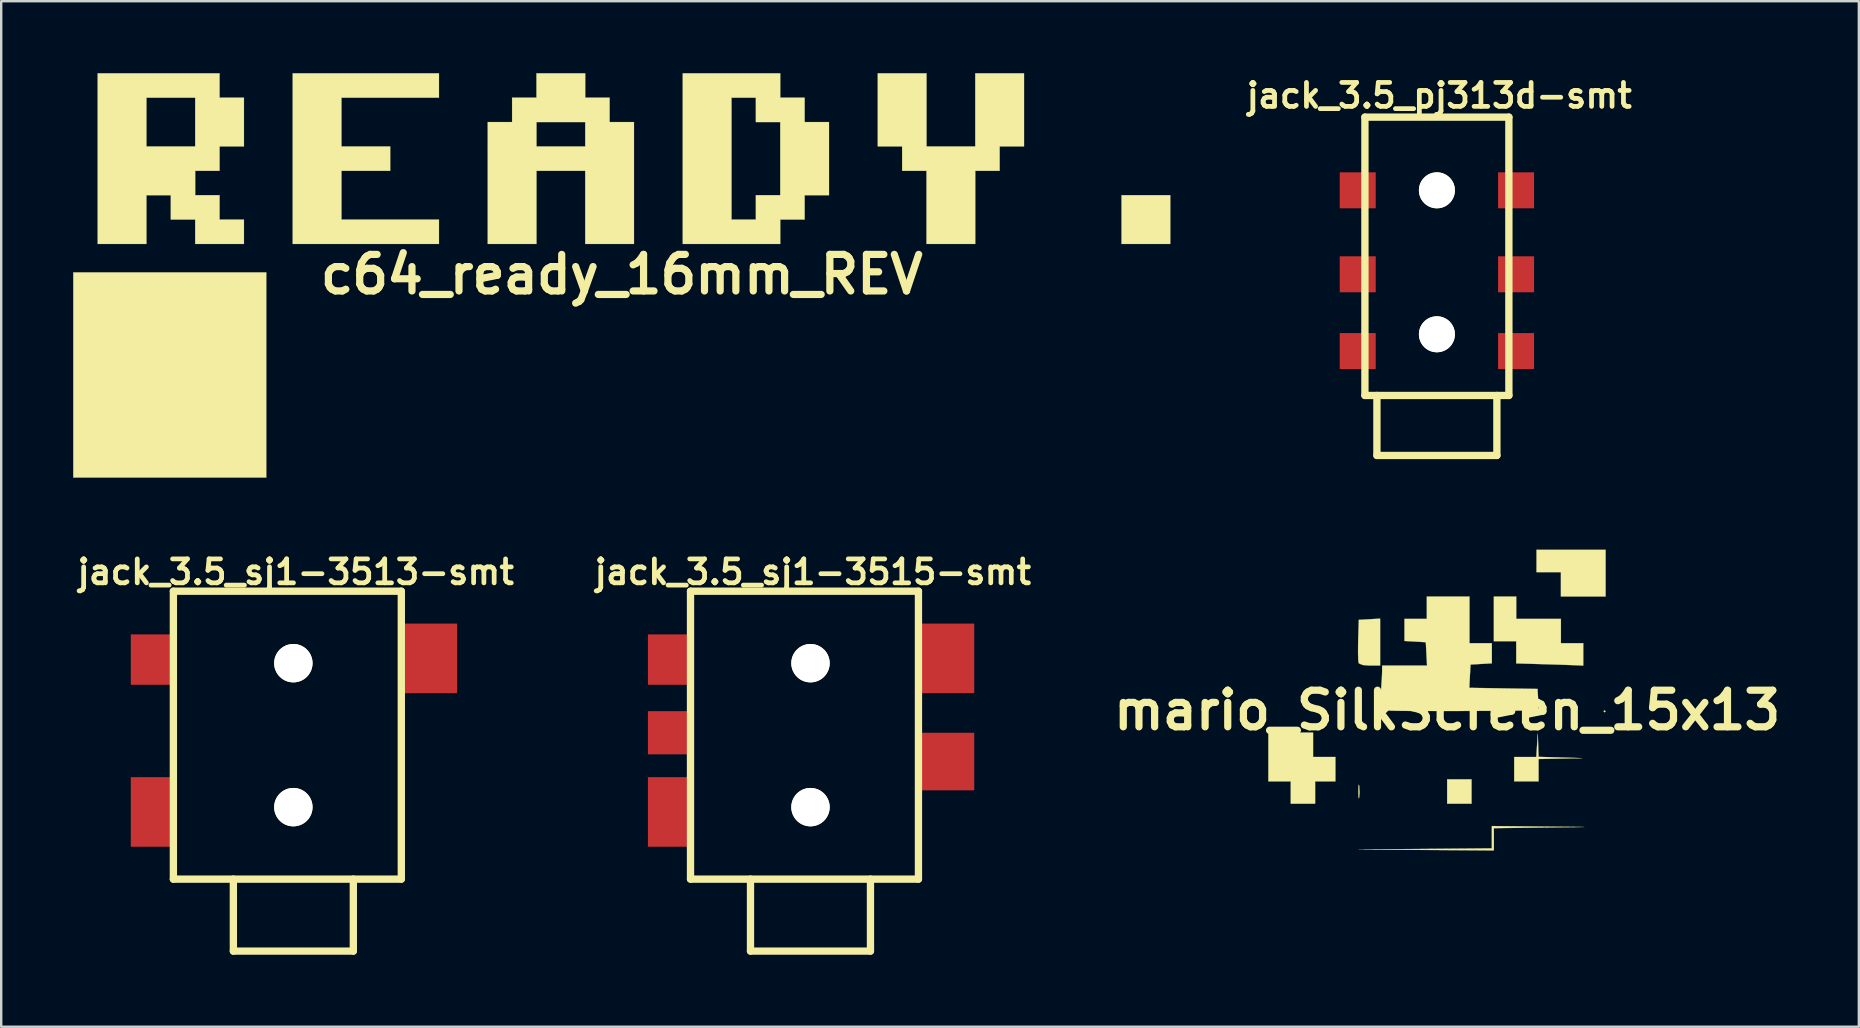
<source format=kicad_pcb>
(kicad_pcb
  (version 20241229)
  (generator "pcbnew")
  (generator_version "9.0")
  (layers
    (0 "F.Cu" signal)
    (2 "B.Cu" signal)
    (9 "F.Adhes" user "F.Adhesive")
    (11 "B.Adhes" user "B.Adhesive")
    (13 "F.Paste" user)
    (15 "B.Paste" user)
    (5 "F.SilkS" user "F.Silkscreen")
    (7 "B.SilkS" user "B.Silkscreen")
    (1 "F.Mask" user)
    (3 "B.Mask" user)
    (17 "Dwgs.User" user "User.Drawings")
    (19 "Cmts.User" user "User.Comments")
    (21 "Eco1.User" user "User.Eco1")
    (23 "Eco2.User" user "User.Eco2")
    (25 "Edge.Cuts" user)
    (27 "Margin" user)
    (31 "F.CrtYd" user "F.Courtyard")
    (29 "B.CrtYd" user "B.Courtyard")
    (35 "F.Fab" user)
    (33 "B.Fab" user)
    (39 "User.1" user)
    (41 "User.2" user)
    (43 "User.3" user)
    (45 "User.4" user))
  (footprint "c64_ready_16mm_REV"
    (layer "F.Cu")
    (at 22.865 8.387)
    (property "Reference" "c64_ready_16mm_REV" (at 0 0 0) (layer "F.SilkS") (effects (font (size 1.524 1.524) (thickness 0.3))))
    (attr through_hole)
    (fp_poly (pts (xy -14.817 8.467) (xy -22.86 8.467) (xy -22.86 -0.085) (xy -14.817 -0.085) (xy -14.817 8.467)) (stroke (width 0.01) (type solid)) (fill yes) (layer "F.SilkS"))
    (fp_poly (pts (xy 22.86 -1.27) (xy 20.828 -1.27) (xy 20.828 -3.302) (xy 22.86 -3.302) (xy 22.86 -1.27)) (stroke (width 0.01) (type solid)) (fill yes) (layer "F.SilkS"))
    (fp_poly (pts (xy -7.62 -7.366) (xy -11.684 -7.366) (xy -11.684 -5.334) (xy -9.652 -5.334) (xy -9.652 -4.318) (xy -11.684 -4.318) (xy -11.684 -2.286) (xy -7.62 -2.286) (xy -7.62 -1.27) (xy -13.716 -1.27) (xy -13.716 -8.382) (xy -7.62 -8.382) (xy -7.62 -7.366)) (stroke (width 0.01) (type solid)) (fill yes) (layer "F.SilkS"))
    (fp_poly (pts (xy 12.7 -5.334) (xy 14.732 -5.334) (xy 14.732 -8.382) (xy 16.764 -8.382) (xy 16.764 -5.334) (xy 15.748 -5.334) (xy 15.748 -4.318) (xy 14.732 -4.318) (xy 14.732 -1.27) (xy 12.7 -1.27) (xy 12.7 -4.318) (xy 11.684 -4.318) (xy 11.684 -5.334) (xy 10.668 -5.334) (xy 10.668 -8.382) (xy 12.7 -8.382) (xy 12.7 -5.334)) (stroke (width 0.01) (type solid)) (fill yes) (layer "F.SilkS"))
    (fp_poly (pts (xy -1.524 -7.366) (xy -0.508 -7.366) (xy -0.508 -6.35) (xy 0.508 -6.35) (xy 0.508 -1.27) (xy -1.524 -1.27) (xy -1.524 -4.318) (xy -3.556 -4.318) (xy -3.556 -1.27) (xy -5.588 -1.27) (xy -5.588 -6.35) (xy -4.572 -6.35) (xy -3.556 -6.35) (xy -3.556 -5.334) (xy -1.524 -5.334) (xy -1.524 -6.35) (xy -3.556 -6.35) (xy -4.572 -6.35) (xy -4.572 -7.366) (xy -3.556 -7.366) (xy -3.556 -8.382) (xy -1.524 -8.382) (xy -1.524 -7.366)) (stroke (width 0.01) (type solid)) (fill yes) (layer "F.SilkS"))
    (fp_poly (pts (xy 6.604 -7.366) (xy 7.62 -7.366) (xy 7.62 -6.35) (xy 8.636 -6.35) (xy 8.636 -3.302) (xy 7.62 -3.302) (xy 7.62 -2.286) (xy 6.604 -2.286) (xy 6.604 -1.27) (xy 2.54 -1.27) (xy 2.54 -7.366) (xy 4.572 -7.366) (xy 4.572 -2.286) (xy 5.588 -2.286) (xy 5.588 -3.302) (xy 6.604 -3.302) (xy 6.604 -6.35) (xy 5.588 -6.35) (xy 5.588 -7.366) (xy 4.572 -7.366) (xy 2.54 -7.366) (xy 2.54 -8.382) (xy 6.604 -8.382) (xy 6.604 -7.366)) (stroke (width 0.01) (type solid)) (fill yes) (layer "F.SilkS"))
    (fp_poly (pts (xy -16.764 -7.366) (xy -15.748 -7.366) (xy -15.748 -5.334) (xy -16.764 -5.334) (xy -16.764 -4.318) (xy -17.78 -4.318) (xy -17.78 -3.302) (xy -16.764 -3.302) (xy -16.764 -2.286) (xy -15.748 -2.286) (xy -15.748 -1.27) (xy -17.78 -1.27) (xy -17.78 -2.286) (xy -18.796 -2.286) (xy -18.796 -3.302) (xy -19.812 -3.302) (xy -19.812 -1.27) (xy -21.844 -1.27) (xy -21.844 -7.366) (xy -19.812 -7.366) (xy -19.812 -5.334) (xy -17.78 -5.334) (xy -17.78 -7.366) (xy -19.812 -7.366) (xy -21.844 -7.366) (xy -21.844 -8.382) (xy -16.764 -8.382) (xy -16.764 -7.366)) (stroke (width 0.01) (type solid)) (fill yes) (layer "F.SilkS")))
  (footprint "jack_3.5_sj1-3513-smt"
    (layer "F.Cu")
    (at 9.176 27.49)
    (property "Reference" "jack_3.5_sj1-3513-smt" (at 0.1 -6.7 0) (layer "F.SilkS") (effects (font (size 0.998 0.998) (thickness 0.198))))
    (attr through_hole)
    (fp_line (start -5 -5.9) (end 4.5 -5.9) (stroke (width 0.305) (type solid)) (layer "F.SilkS"))
    (fp_line (start -5 6.1) (end -5 -5.9) (stroke (width 0.305) (type solid)) (layer "F.SilkS"))
    (fp_line (start -2.5 6.1) (end -2.5 9.1) (stroke (width 0.305) (type solid)) (layer "F.SilkS"))
    (fp_line (start -2.5 9.1) (end 2.5 9.1) (stroke (width 0.305) (type solid)) (layer "F.SilkS"))
    (fp_line (start 2.5 9.1) (end 2.5 6.1) (stroke (width 0.305) (type solid)) (layer "F.SilkS"))
    (fp_line (start 4.5 -5.9) (end 4.5 6.1) (stroke (width 0.305) (type solid)) (layer "F.SilkS"))
    (fp_line (start 4.5 6.1) (end -5 6.1) (stroke (width 0.305) (type solid)) (layer "F.SilkS"))
    (pad "" np_thru_hole circle (at 0 -2.9) (size 1.6 1.6) (drill 1.6) (layers "*.Cu" "*.Mask" "F.SilkS"))
    (pad "" np_thru_hole circle (at 0 3.1) (size 1.6 1.6) (drill 1.6) (layers "*.Cu" "*.Mask" "F.SilkS"))
    (pad "1" smd rect (at -5.9 3.3) (size 1.75 2.9) (layers "F.Cu" "F.Mask" "F.Paste"))
    (pad "2" smd rect (at 5.7 -3.1) (size 2.25 2.9) (layers "F.Cu" "F.Mask" "F.Paste"))
    (pad "3" smd rect (at -5.9 -3.05) (size 1.75 2.1) (layers "F.Cu" "F.Mask" "F.Paste")))
  (footprint "jack_3.5_pj313d-smt"
    (layer "F.Cu")
    (at 56.837 7.632)
    (property "Reference" "jack_3.5_pj313d-smt" (at 0.1 -6.7 0) (layer "F.SilkS") (effects (font (size 0.998 0.998) (thickness 0.198))))
    (attr through_hole)
    (fp_line (start -3 -5.8) (end -3 5.8) (stroke (width 0.305) (type solid)) (layer "F.SilkS"))
    (fp_line (start -3 -5.8) (end 3 -5.8) (stroke (width 0.305) (type solid)) (layer "F.SilkS"))
    (fp_line (start -3 5.8) (end 3 5.8) (stroke (width 0.305) (type solid)) (layer "F.SilkS"))
    (fp_line (start -2.5 5.8) (end -2.5 8.3) (stroke (width 0.305) (type solid)) (layer "F.SilkS"))
    (fp_line (start -2.5 8.3) (end 2.5 8.3) (stroke (width 0.305) (type solid)) (layer "F.SilkS"))
    (fp_line (start 2.5 5.8) (end 2.5 8.3) (stroke (width 0.305) (type solid)) (layer "F.SilkS"))
    (fp_line (start 3 -5.8) (end 3 5.8) (stroke (width 0.305) (type solid)) (layer "F.SilkS"))
    (pad "" np_thru_hole circle (at 0 -2.75) (size 1.5 1.5) (drill 1.5) (layers "*.Cu" "*.Mask" "F.SilkS"))
    (pad "" np_thru_hole circle (at 0 3.25) (size 1.5 1.5) (drill 1.5) (layers "*.Cu" "*.Mask" "F.SilkS"))
    (pad "1" smd rect (at -3.3 3.95) (size 1.5 1.5) (layers "F.Cu" "F.Mask" "F.Paste"))
    (pad "1" smd rect (at 3.3 3.95) (size 1.5 1.5) (layers "F.Cu" "F.Mask" "F.Paste"))
    (pad "2" smd rect (at -3.3 -2.75) (size 1.5 1.5) (layers "F.Cu" "F.Mask" "F.Paste"))
    (pad "2" smd rect (at 3.3 -2.75) (size 1.5 1.5) (layers "F.Cu" "F.Mask" "F.Paste"))
    (pad "3" smd rect (at -3.3 0.75) (size 1.5 1.5) (layers "F.Cu" "F.Mask" "F.Paste"))
    (pad "3" smd rect (at 3.3 0.75) (size 1.5 1.5) (layers "F.Cu" "F.Mask" "F.Paste")))
  (footprint "jack_3.5_sj1-3515-smt"
    (layer "F.Cu")
    (at 30.729 27.49)
    (property "Reference" "jack_3.5_sj1-3515-smt" (at 0.1 -6.7 0) (layer "F.SilkS") (effects (font (size 0.998 0.998) (thickness 0.198))))
    (attr through_hole)
    (fp_line (start -5 -5.9) (end 4.5 -5.9) (stroke (width 0.305) (type solid)) (layer "F.SilkS"))
    (fp_line (start -5 6.1) (end -5 -5.9) (stroke (width 0.305) (type solid)) (layer "F.SilkS"))
    (fp_line (start -2.5 6.1) (end -2.5 9.1) (stroke (width 0.305) (type solid)) (layer "F.SilkS"))
    (fp_line (start -2.5 9.1) (end 2.5 9.1) (stroke (width 0.305) (type solid)) (layer "F.SilkS"))
    (fp_line (start 2.5 9.1) (end 2.5 6.1) (stroke (width 0.305) (type solid)) (layer "F.SilkS"))
    (fp_line (start 4.5 -5.9) (end 4.5 6.1) (stroke (width 0.305) (type solid)) (layer "F.SilkS"))
    (fp_line (start 4.5 6.1) (end -5 6.1) (stroke (width 0.305) (type solid)) (layer "F.SilkS"))
    (pad "" np_thru_hole circle (at 0 -2.9) (size 1.6 1.6) (drill 1.6) (layers "*.Cu" "*.Mask" "F.SilkS"))
    (pad "" np_thru_hole circle (at 0 3.1) (size 1.6 1.6) (drill 1.6) (layers "*.Cu" "*.Mask" "F.SilkS"))
    (pad "1" smd rect (at -5.9 3.3) (size 1.75 2.9) (layers "F.Cu" "F.Mask" "F.Paste"))
    (pad "2" smd rect (at 5.7 -3.1) (size 2.25 2.9) (layers "F.Cu" "F.Mask" "F.Paste"))
    (pad "3" smd rect (at -5.9 -3.05) (size 1.75 2.1) (layers "F.Cu" "F.Mask" "F.Paste"))
    (pad "4" smd rect (at 5.7 1.2) (size 2.25 2.4) (layers "F.Cu" "F.Mask" "F.Paste"))
    (pad "5" smd rect (at -5.9 0) (size 1.75 1.8) (layers "F.Cu" "F.Mask" "F.Paste")))
  (footprint "mario_SilkScreen_15x13"
    (layer "F.Cu")
    (at 57.264 26.552)
    (property "Reference" "mario_SilkScreen_15x13" (at 0 0 0) (layer "F.SilkS") (effects (font (size 1.524 1.524) (thickness 0.3))))
    (attr through_hole)
    (fp_poly (pts (xy 1.016 3.895) (xy 0 3.895) (xy 0 2.879) (xy 1.016 2.879) (xy 1.016 3.895)) (stroke (width 0.01) (type solid)) (fill yes) (layer "F.SilkS"))
    (fp_poly (pts (xy 6.604 0.042) (xy 6.562 0.085) (xy 6.519 0.042) (xy 6.562 0) (xy 6.604 0.042)) (stroke (width 0.01) (type solid)) (fill yes) (layer "F.SilkS"))
    (fp_poly (pts (xy 6.604 -4.741) (xy 4.741 -4.741) (xy 4.741 -5.757) (xy 3.725 -5.757) (xy 3.725 -6.689) (xy 6.604 -6.689) (xy 6.604 -4.741)) (stroke (width 0.01) (type solid)) (fill yes) (layer "F.SilkS"))
    (fp_poly (pts (xy -3.665 3.154) (xy -3.651 3.427) (xy -3.665 3.619) (xy -3.683 3.672) (xy -3.696 3.576) (xy -3.7 3.387) (xy -3.695 3.178) (xy -3.681 3.099) (xy -3.665 3.154)) (stroke (width 0.01) (type solid)) (fill yes) (layer "F.SilkS"))
    (fp_poly (pts (xy 3.789 4.845) (xy 5.715 4.865) (xy 3.831 4.889) (xy 1.947 4.914) (xy 1.947 5.842) (xy -3.683 5.802) (xy -0.91 5.779) (xy 1.863 5.755) (xy 1.863 4.826) (xy 3.789 4.845)) (stroke (width 0.01) (type solid)) (fill yes) (layer "F.SilkS"))
    (fp_poly (pts (xy -5.588 1.947) (xy -4.657 1.947) (xy -4.657 2.963) (xy -5.503 2.963) (xy -5.503 3.895) (xy -6.519 3.895) (xy -6.519 2.963) (xy -7.451 2.963) (xy -7.451 0.931) (xy -5.588 0.931) (xy -5.588 1.947)) (stroke (width 0.01) (type solid)) (fill yes) (layer "F.SilkS"))
    (fp_poly (pts (xy 3.81 1.942) (xy 5.63 1.996) (xy 4.72 2.014) (xy 3.81 2.032) (xy 3.81 2.963) (xy 2.794 2.963) (xy 2.794 1.947) (xy 3.717 1.947) (xy 3.747 1.46) (xy 3.778 0.974) (xy 3.81 1.942)) (stroke (width 0.01) (type solid)) (fill yes) (layer "F.SilkS"))
    (fp_poly (pts (xy -2.794 -1.863) (xy -3.22 -1.863) (xy -3.52 -1.886) (xy -3.675 -1.952) (xy -3.689 -1.975) (xy -3.705 -2.103) (xy -3.713 -2.358) (xy -3.712 -2.698) (xy -3.707 -2.927) (xy -3.683 -3.768) (xy -3.239 -3.793) (xy -2.794 -3.819) (xy -2.794 -1.863)) (stroke (width 0.01) (type solid)) (fill yes) (layer "F.SilkS"))
    (fp_poly (pts (xy 2.879 -3.81) (xy 4.741 -3.81) (xy 4.741 -2.794) (xy 5.673 -2.794) (xy 5.673 -1.863) (xy 5.228 -1.881) (xy 4.955 -1.891) (xy 4.57 -1.904) (xy 4.133 -1.917) (xy 3.831 -1.926) (xy 2.879 -1.953) (xy 2.879 -2.879) (xy 1.947 -2.879) (xy 1.947 -4.741) (xy 2.879 -4.741) (xy 2.879 -3.81)) (stroke (width 0.01) (type solid)) (fill yes) (layer "F.SilkS"))
    (fp_poly (pts (xy 0.931 -2.794) (xy 1.863 -2.794) (xy 1.863 -1.956) (xy 0.974 -1.905) (xy 0.948 -1.42) (xy 0.923 -0.935) (xy 2.345 -0.912) (xy 3.768 -0.889) (xy 3.819 0) (xy 3.37 0.009) (xy 2.97 0.015) (xy 2.467 0.02) (xy 1.888 0.024) (xy 1.259 0.027) (xy 0.607 0.03) (xy -0.04 0.031) (xy -0.658 0.03) (xy -1.218 0.029) (xy -1.695 0.027) (xy -2.061 0.023) (xy -2.29 0.018) (xy -2.319 0.017) (xy -2.818 -0.009) (xy -2.764 -0.703) (xy -2.739 -1.061) (xy -2.719 -1.38) (xy -2.71 -1.602) (xy -2.71 -1.63) (xy -2.709 -1.863) (xy -0.838 -1.863) (xy -0.864 -2.349) (xy -0.889 -2.836) (xy -1.333 -2.862) (xy -1.778 -2.888) (xy -1.778 -3.81) (xy -0.847 -3.81) (xy -0.847 -4.741) (xy 0.931 -4.741) (xy 0.931 -2.794)) (stroke (width 0.01) (type solid)) (fill yes) (layer "F.SilkS")))
  (gr_rect
    (start -3 -3)
    (end 74.423 39.743)
    (stroke (width 0.1) (type default))
    (fill no)
    (layer "Edge.Cuts")))
</source>
